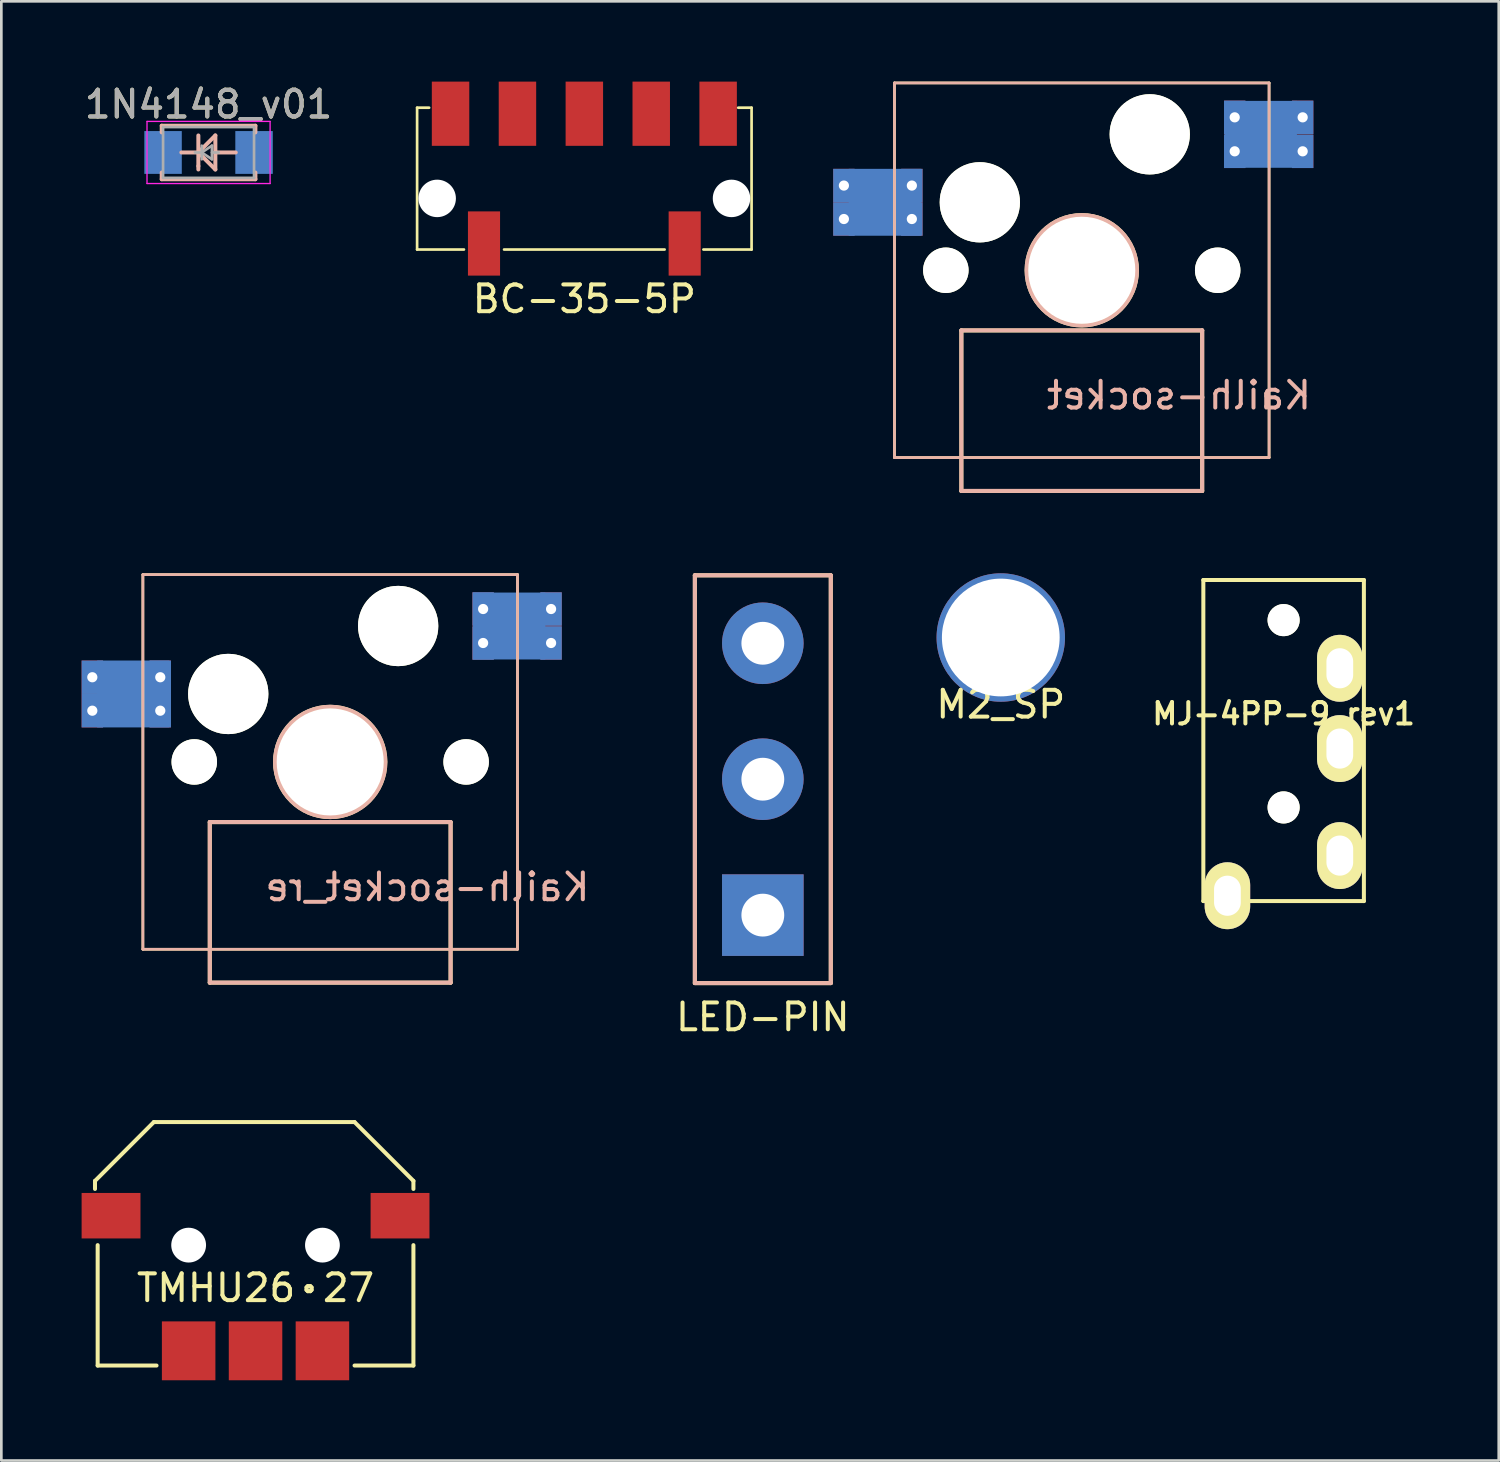
<source format=kicad_pcb>
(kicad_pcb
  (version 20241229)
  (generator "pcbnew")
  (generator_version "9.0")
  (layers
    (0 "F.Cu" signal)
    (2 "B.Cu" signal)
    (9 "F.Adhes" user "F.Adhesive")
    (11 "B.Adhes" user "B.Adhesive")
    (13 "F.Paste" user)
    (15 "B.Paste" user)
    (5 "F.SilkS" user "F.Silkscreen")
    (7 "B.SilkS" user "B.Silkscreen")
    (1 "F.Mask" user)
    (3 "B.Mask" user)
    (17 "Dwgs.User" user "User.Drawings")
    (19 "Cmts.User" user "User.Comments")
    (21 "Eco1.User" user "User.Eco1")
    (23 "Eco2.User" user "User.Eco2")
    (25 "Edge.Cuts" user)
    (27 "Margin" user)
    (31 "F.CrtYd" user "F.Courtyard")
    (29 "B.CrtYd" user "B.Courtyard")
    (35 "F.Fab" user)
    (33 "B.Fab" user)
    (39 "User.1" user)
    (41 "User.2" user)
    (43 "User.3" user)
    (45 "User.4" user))
  (footprint "M2_SP"
    (layer "F.Cu")
    (at 34.351 20.775)
    (property "Reference" "M2_SP" (at 0 2.5 0) (layer "F.SilkS") (effects (font (size 1 1) (thickness 0.15))))
    (attr through_hole)
    (fp_circle (center 0 0) (end 1.5 0.5) (stroke (width 0.15) (type solid)) (fill no) (layer "F.SilkS"))
    (fp_circle (center 0 0) (end 1.5 0.5) (stroke (width 0.15) (type solid)) (fill no) (layer "B.SilkS"))
    (pad "" thru_hole circle (at 0 0) (size 4.8 4.8) (drill 4.4) (layers "*.Cu" "*.Mask")))
  (footprint "LED-PIN"
    (layer "F.Cu")
    (at 25.458 26.07)
    (property "Reference" "LED-PIN" (at 0 8.89 0) (layer "F.SilkS") (effects (font (size 1 1) (thickness 0.15))))
    (attr through_hole)
    (fp_line (start -2.54 -7.62) (end 2.54 -7.62) (stroke (width 0.15) (type solid)) (layer "F.SilkS"))
    (fp_line (start -2.54 7.62) (end -2.54 -7.62) (stroke (width 0.15) (type solid)) (layer "F.SilkS"))
    (fp_line (start 2.54 -7.62) (end 2.54 7.62) (stroke (width 0.15) (type solid)) (layer "F.SilkS"))
    (fp_line (start 2.54 7.62) (end -2.54 7.62) (stroke (width 0.15) (type solid)) (layer "F.SilkS"))
    (fp_line (start -2.54 -7.62) (end 2.54 -7.62) (stroke (width 0.15) (type solid)) (layer "B.SilkS"))
    (fp_line (start -2.54 7.62) (end -2.54 -7.62) (stroke (width 0.15) (type solid)) (layer "B.SilkS"))
    (fp_line (start 2.54 -7.62) (end 2.54 7.62) (stroke (width 0.15) (type solid)) (layer "B.SilkS"))
    (fp_line (start 2.54 7.62) (end -2.54 7.62) (stroke (width 0.15) (type solid)) (layer "B.SilkS"))
    (pad "1" thru_hole circle (at 0 -5.08) (size 3.048 3.048) (drill 1.6) (layers "*.Cu" "*.Mask"))
    (pad "2" thru_hole circle (at 0 0) (size 3.048 3.048) (drill 1.6) (layers "*.Cu" "*.Mask"))
    (pad "3" thru_hole rect (at 0 5.08) (size 3.048 3.048) (drill 1.6) (layers "*.Cu" "*.Mask")))
  (footprint "MJ-4PP-9_rev1"
    (layer "F.Cu")
    (at 44.921 18.625)
    (property "Reference" "MJ-4PP-9_rev1" (at 0 5 0) (layer "F.SilkS") (effects (font (size 0.8 0.8) (thickness 0.15))))
    (attr through_hole)
    (fp_line (start -3 0) (end 3 0) (stroke (width 0.15) (type solid)) (layer "F.SilkS"))
    (fp_line (start -3 12) (end -3 0) (stroke (width 0.15) (type solid)) (layer "F.SilkS"))
    (fp_line (start 3 0) (end 3 12) (stroke (width 0.15) (type solid)) (layer "F.SilkS"))
    (fp_line (start 3 12) (end -3 12) (stroke (width 0.15) (type solid)) (layer "F.SilkS"))
    (pad "" np_thru_hole circle (at 0 1.5) (size 1.2 1.2) (drill 1.2) (layers "*.Cu" "*.Mask" "F.SilkS"))
    (pad "" np_thru_hole circle (at 0 8.5) (size 1.2 1.2) (drill 1.2) (layers "*.Cu" "*.Mask" "F.SilkS"))
    (pad "A" thru_hole oval (at -2.1 11.8) (size 1.7 2.5) (drill oval 1 1.5) (layers "*.Cu" "*.Mask" "F.SilkS"))
    (pad "B" thru_hole oval (at 2.1 3.3) (size 1.7 2.5) (drill oval 1 1.5) (layers "*.Cu" "*.Mask" "F.SilkS"))
    (pad "C" thru_hole oval (at 2.1 6.3) (size 1.7 2.5) (drill oval 1 1.5) (layers "*.Cu" "*.Mask" "F.SilkS"))
    (pad "D" thru_hole oval (at 2.1 10.3) (size 1.7 2.5) (drill oval 1 1.5) (layers "*.Cu" "*.Mask" "F.SilkS")))
  (footprint "Kailh-socket_re"
    (layer "F.Cu")
    (at 9.29 25.425)
    (property "Reference" "Kailh-socket_re" (at 3.632 4.676 0) (layer "B.SilkS") (effects (font (size 1 1) (thickness 0.15)) (justify mirror)))
    (attr through_hole)
    (fp_line (start -7 -7) (end 7 -7) (stroke (width 0.1) (type solid)) (layer "F.SilkS"))
    (fp_line (start -7 7) (end -7 -7) (stroke (width 0.1) (type solid)) (layer "F.SilkS"))
    (fp_line (start -4.5 2.25) (end 4.5 2.25) (stroke (width 0.15) (type solid)) (layer "F.SilkS"))
    (fp_line (start -4.5 8.25) (end -4.5 2.25) (stroke (width 0.15) (type solid)) (layer "F.SilkS"))
    (fp_line (start 4.5 2.25) (end 4.5 8.25) (stroke (width 0.15) (type solid)) (layer "F.SilkS"))
    (fp_line (start 4.5 8.25) (end -4.5 8.25) (stroke (width 0.15) (type solid)) (layer "F.SilkS"))
    (fp_line (start 7 -7) (end 7 7) (stroke (width 0.1) (type solid)) (layer "F.SilkS"))
    (fp_line (start 7 7) (end -7 7) (stroke (width 0.1) (type solid)) (layer "F.SilkS"))
    (fp_circle (center 0 0) (end 2 0.5) (stroke (width 0.15) (type solid)) (fill no) (layer "F.SilkS"))
    (fp_line (start -7 -7) (end 7 -7) (stroke (width 0.1) (type solid)) (layer "B.SilkS"))
    (fp_line (start -7 7) (end -7 -7) (stroke (width 0.1) (type solid)) (layer "B.SilkS"))
    (fp_line (start -4.5 2.246) (end -4.5 8.246) (stroke (width 0.15) (type solid)) (layer "B.SilkS"))
    (fp_line (start -4.5 8.246) (end 4.5 8.246) (stroke (width 0.15) (type solid)) (layer "B.SilkS"))
    (fp_line (start 4.5 2.246) (end -4.5 2.246) (stroke (width 0.15) (type solid)) (layer "B.SilkS"))
    (fp_line (start 4.5 8.246) (end 4.5 2.246) (stroke (width 0.15) (type solid)) (layer "B.SilkS"))
    (fp_line (start 7 -7) (end 7 7) (stroke (width 0.1) (type solid)) (layer "B.SilkS"))
    (fp_line (start 7 7) (end -7 7) (stroke (width 0.1) (type solid)) (layer "B.SilkS"))
    (fp_circle (center 0 0) (end 2 0.5) (stroke (width 0.15) (type solid)) (fill no) (layer "B.SilkS"))
    (pad "" np_thru_hole circle (at -5.08 0) (size 1.7 1.7) (drill 1.7) (layers "*.Cu" "*.Mask" "F.SilkS"))
    (pad "" np_thru_hole circle (at -3.81 -2.54) (size 3 3) (drill 3) (layers "*.Cu" "*.Mask" "F.SilkS"))
    (pad "" np_thru_hole circle (at 0 0) (size 4 4) (drill 4) (layers "*.Cu" "*.Mask" "F.SilkS"))
    (pad "" np_thru_hole circle (at 2.54 -5.08) (size 3 3) (drill 3) (layers "*.Cu" "*.Mask" "F.SilkS"))
    (pad "" np_thru_hole circle (at 5.08 0) (size 1.7 1.7) (drill 1.7) (layers "*.Cu" "*.Mask" "F.SilkS"))
    (pad "1" thru_hole rect (at 5.715 -5.715) (size 0.8 1.25) (drill 0.381) (layers "*.Cu" "*.Mask"))
    (pad "1" thru_hole rect (at 5.715 -4.445) (size 0.8 1.25) (drill 0.381) (layers "*.Cu" "*.Mask"))
    (pad "1" smd rect (at 6.59 -5.08 180) (size 2.7 2.5) (drill (offset -0.1 0)) (layers "B.Cu" "B.Mask" "B.Paste"))
    (pad "1" thru_hole rect (at 8.255 -5.715) (size 0.8 1.25) (drill 0.381) (layers "*.Cu" "*.Mask"))
    (pad "1" thru_hole rect (at 8.255 -4.445) (size 0.8 1.25) (drill 0.381) (layers "*.Cu" "*.Mask"))
    (pad "2" thru_hole rect (at -8.89 -3.165) (size 0.8 1.25) (drill 0.381) (layers "*.Cu" "*.Mask"))
    (pad "2" thru_hole rect (at -8.89 -1.915) (size 0.8 1.25) (drill 0.381) (layers "*.Cu" "*.Mask"))
    (pad "2" smd rect (at -7.36 -2.54) (size 2.7 2.5) (layers "B.Cu" "B.Mask" "B.Paste"))
    (pad "2" thru_hole rect (at -6.35 -3.165) (size 0.8 1.25) (drill 0.381) (layers "*.Cu" "*.Mask"))
    (pad "2" thru_hole rect (at -6.35 -1.915) (size 0.8 1.25) (drill 0.381) (layers "*.Cu" "*.Mask")))
  (footprint "1N4148_v01"
    (layer "F.Cu")
    (at 4.744 2.648)
    (property "Reference" "1N4148_v01" (at 0 -1.8 0) (layer "F.SilkS") (effects (font (size 1 1) (thickness 0.15))))
    (attr smd)
    (fp_line (start -1.75 -1) (end -1.75 -0.75) (stroke (width 0.15) (type solid)) (layer "B.SilkS"))
    (fp_line (start -1.75 -1) (end 1.75 -1) (stroke (width 0.15) (type solid)) (layer "B.SilkS"))
    (fp_line (start -1.75 0.75) (end -1.75 1) (stroke (width 0.15) (type solid)) (layer "B.SilkS"))
    (fp_line (start -1.75 1) (end 1.75 1) (stroke (width 0.15) (type solid)) (layer "B.SilkS"))
    (fp_line (start -0.381 -0.635) (end -0.381 0) (stroke (width 0.15) (type solid)) (layer "B.SilkS"))
    (fp_line (start -0.381 0) (end -1.016 0) (stroke (width 0.15) (type solid)) (layer "B.SilkS"))
    (fp_line (start -0.381 0) (end -0.381 0.508) (stroke (width 0.15) (type solid)) (layer "B.SilkS"))
    (fp_line (start -0.381 0) (end 0.254 0.635) (stroke (width 0.15) (type solid)) (layer "B.SilkS"))
    (fp_line (start -0.381 0.508) (end -0.381 0.635) (stroke (width 0.15) (type solid)) (layer "B.SilkS"))
    (fp_line (start 0.254 -0.635) (end -0.381 0) (stroke (width 0.15) (type solid)) (layer "B.SilkS"))
    (fp_line (start 0.254 0) (end 1.016 0) (stroke (width 0.15) (type solid)) (layer "B.SilkS"))
    (fp_line (start 0.254 0.635) (end 0.254 -0.635) (stroke (width 0.15) (type solid)) (layer "B.SilkS"))
    (fp_line (start 1.75 -1) (end 1.75 -0.75) (stroke (width 0.15) (type solid)) (layer "B.SilkS"))
    (fp_line (start 1.75 1) (end 1.75 0.75) (stroke (width 0.15) (type solid)) (layer "B.SilkS"))
    (fp_line (start -2.3 -1.16) (end -2.3 1.16) (stroke (width 0.05) (type solid)) (layer "F.CrtYd"))
    (fp_line (start -2.3 -1.16) (end 2.3 -1.16) (stroke (width 0.05) (type solid)) (layer "F.CrtYd"))
    (fp_line (start -2.3 1.16) (end 2.3 1.16) (stroke (width 0.05) (type solid)) (layer "F.CrtYd"))
    (fp_line (start 2.3 -1.16) (end 2.3 1.16) (stroke (width 0.05) (type solid)) (layer "F.CrtYd"))
    (fp_line (start -1.7 -0.95) (end 1.7 -0.95) (stroke (width 0.1) (type solid)) (layer "F.Fab"))
    (fp_line (start -1.7 0.95) (end -1.7 -0.95) (stroke (width 0.1) (type solid)) (layer "F.Fab"))
    (fp_line (start -0.254 -0.254) (end -0.254 0.254) (stroke (width 0.1) (type solid)) (layer "F.Fab"))
    (fp_line (start -0.254 0) (end -0.508 0) (stroke (width 0.1) (type solid)) (layer "F.Fab"))
    (fp_line (start -0.254 0) (end 0.127 -0.254) (stroke (width 0.1) (type solid)) (layer "F.Fab"))
    (fp_line (start 0.127 -0.254) (end 0.127 0.254) (stroke (width 0.1) (type solid)) (layer "F.Fab"))
    (fp_line (start 0.127 0) (end 0.381 0) (stroke (width 0.1) (type solid)) (layer "F.Fab"))
    (fp_line (start 0.127 0.254) (end -0.254 0) (stroke (width 0.1) (type solid)) (layer "F.Fab"))
    (fp_line (start 1.7 -0.95) (end 1.7 0.95) (stroke (width 0.1) (type solid)) (layer "F.Fab"))
    (fp_line (start 1.7 0.95) (end -1.7 0.95) (stroke (width 0.1) (type solid)) (layer "F.Fab"))
    (fp_text user "${REFERENCE}" (at 0 -1.8 0) (layer "F.Fab") (effects (font (size 1 1) (thickness 0.15))))
    (pad "1" smd rect (at -1.5 0) (size 1.4 1.6) (drill (offset -0.2 0)) (layers "B.Cu" "B.Mask" "B.Paste"))
    (pad "2" smd rect (at 1.5 0) (size 1.4 1.6) (drill (offset 0.2 0)) (layers "B.Cu" "B.Mask" "B.Paste")))
  (footprint "TMHU26・27"
    (layer "F.Cu")
    (at 6.5 43.483)
    (property "Reference" "TMHU26・27" (at 0 1.6 0) (layer "F.SilkS") (effects (font (size 1 1) (thickness 0.15))))
    (attr through_hole)
    (fp_line (start -6 -2.4) (end -3.8 -4.6) (stroke (width 0.15) (type solid)) (layer "F.SilkS"))
    (fp_line (start -6 -2.1) (end -6 -2.4) (stroke (width 0.15) (type solid)) (layer "F.SilkS"))
    (fp_line (start -5.9 0) (end -5.9 4.5) (stroke (width 0.15) (type solid)) (layer "F.SilkS"))
    (fp_line (start -5.9 4.5) (end -3.7 4.5) (stroke (width 0.15) (type solid)) (layer "F.SilkS"))
    (fp_line (start 3.7 -4.6) (end -3.8 -4.6) (stroke (width 0.15) (type solid)) (layer "F.SilkS"))
    (fp_line (start 3.7 4.5) (end 5.9 4.5) (stroke (width 0.15) (type solid)) (layer "F.SilkS"))
    (fp_line (start 5.9 -2.4) (end 3.7 -4.6) (stroke (width 0.15) (type solid)) (layer "F.SilkS"))
    (fp_line (start 5.9 -2.1) (end 5.9 -2.4) (stroke (width 0.15) (type solid)) (layer "F.SilkS"))
    (fp_line (start 5.9 4.5) (end 5.9 0) (stroke (width 0.15) (type solid)) (layer "F.SilkS"))
    (pad "" np_thru_hole circle (at -2.5 0) (size 1.3 1.3) (drill 1.3) (layers "*.Cu" "*.Mask"))
    (pad "" np_thru_hole circle (at 2.5 0) (size 1.3 1.3) (drill 1.3) (layers "*.Cu" "*.Mask"))
    (pad "1" smd rect (at -2.5 3.75) (size 2 2.2) (drill (offset 0 0.2)) (layers "F.Cu" "F.Mask" "F.Paste"))
    (pad "2" smd rect (at 2.5 3.75) (size 2 2.2) (drill (offset 0 0.2)) (layers "F.Cu" "F.Mask" "F.Paste"))
    (pad "C" smd rect (at 5.2 -1.1) (size 2.2 1.7) (drill (offset 0.2 0)) (layers "F.Cu" "F.Mask" "F.Paste"))
    (pad "E" smd rect (at -5.2 -1.1) (size 2.2 1.7) (drill (offset -0.2 0)) (layers "F.Cu" "F.Mask" "F.Paste"))
    (pad "T" smd rect (at 0 3.75) (size 2 2.2) (drill (offset 0 0.2)) (layers "F.Cu" "F.Mask" "F.Paste")))
  (footprint "Kailh-socket"
    (layer "F.Cu")
    (at 37.378 7.05)
    (property "Reference" "Kailh-socket" (at 3.632 4.676 0) (layer "B.SilkS") (effects (font (size 1 1) (thickness 0.15)) (justify mirror)))
    (attr through_hole)
    (fp_line (start -7 -7) (end 7 -7) (stroke (width 0.1) (type solid)) (layer "F.SilkS"))
    (fp_line (start -7 7) (end -7 -7) (stroke (width 0.1) (type solid)) (layer "F.SilkS"))
    (fp_line (start -4.5 2.25) (end 4.5 2.25) (stroke (width 0.15) (type solid)) (layer "F.SilkS"))
    (fp_line (start -4.5 8.25) (end -4.5 2.25) (stroke (width 0.15) (type solid)) (layer "F.SilkS"))
    (fp_line (start 4.5 2.25) (end 4.5 8.25) (stroke (width 0.15) (type solid)) (layer "F.SilkS"))
    (fp_line (start 4.5 8.25) (end -4.5 8.25) (stroke (width 0.15) (type solid)) (layer "F.SilkS"))
    (fp_line (start 7 -7) (end 7 7) (stroke (width 0.1) (type solid)) (layer "F.SilkS"))
    (fp_line (start 7 7) (end -7 7) (stroke (width 0.1) (type solid)) (layer "F.SilkS"))
    (fp_circle (center 0 0) (end 2 0.5) (stroke (width 0.15) (type solid)) (fill no) (layer "F.SilkS"))
    (fp_line (start -7 -7) (end 7 -7) (stroke (width 0.1) (type solid)) (layer "B.SilkS"))
    (fp_line (start -7 7) (end -7 -7) (stroke (width 0.1) (type solid)) (layer "B.SilkS"))
    (fp_line (start -4.5 2.246) (end -4.5 8.246) (stroke (width 0.15) (type solid)) (layer "B.SilkS"))
    (fp_line (start -4.5 8.246) (end 4.5 8.246) (stroke (width 0.15) (type solid)) (layer "B.SilkS"))
    (fp_line (start 4.5 2.246) (end -4.5 2.246) (stroke (width 0.15) (type solid)) (layer "B.SilkS"))
    (fp_line (start 4.5 8.246) (end 4.5 2.246) (stroke (width 0.15) (type solid)) (layer "B.SilkS"))
    (fp_line (start 7 -7) (end 7 7) (stroke (width 0.1) (type solid)) (layer "B.SilkS"))
    (fp_line (start 7 7) (end -7 7) (stroke (width 0.1) (type solid)) (layer "B.SilkS"))
    (fp_circle (center 0 0) (end 2 0.5) (stroke (width 0.15) (type solid)) (fill no) (layer "B.SilkS"))
    (pad "" np_thru_hole circle (at -5.08 0) (size 1.7 1.7) (drill 1.7) (layers "*.Cu" "*.Mask" "F.SilkS"))
    (pad "" np_thru_hole circle (at -3.81 -2.54) (size 3 3) (drill 3) (layers "*.Cu" "*.Mask" "F.SilkS"))
    (pad "" np_thru_hole circle (at 0 0) (size 4 4) (drill 4) (layers "*.Cu" "*.Mask" "F.SilkS"))
    (pad "" np_thru_hole circle (at 2.54 -5.08) (size 3 3) (drill 3) (layers "*.Cu" "*.Mask" "F.SilkS"))
    (pad "" np_thru_hole circle (at 5.08 0) (size 1.7 1.7) (drill 1.7) (layers "*.Cu" "*.Mask" "F.SilkS"))
    (pad "1" thru_hole rect (at -8.89 -3.165) (size 0.8 1.25) (drill 0.381) (layers "*.Cu" "*.Mask"))
    (pad "1" thru_hole rect (at -8.89 -1.915) (size 0.8 1.25) (drill 0.381) (layers "*.Cu" "*.Mask"))
    (pad "1" smd rect (at -7.36 -2.54) (size 2.7 2.5) (layers "B.Cu" "B.Mask" "B.Paste"))
    (pad "1" thru_hole rect (at -6.35 -3.165) (size 0.8 1.25) (drill 0.381) (layers "*.Cu" "*.Mask"))
    (pad "1" thru_hole rect (at -6.35 -1.915) (size 0.8 1.25) (drill 0.381) (layers "*.Cu" "*.Mask"))
    (pad "2" thru_hole rect (at 5.715 -5.715) (size 0.8 1.25) (drill 0.381) (layers "*.Cu" "*.Mask"))
    (pad "2" thru_hole rect (at 5.715 -4.445) (size 0.8 1.25) (drill 0.381) (layers "*.Cu" "*.Mask"))
    (pad "2" smd rect (at 6.59 -5.08 180) (size 2.7 2.5) (drill (offset -0.1 0)) (layers "B.Cu" "B.Mask" "B.Paste"))
    (pad "2" thru_hole rect (at 8.255 -5.715) (size 0.8 1.25) (drill 0.381) (layers "*.Cu" "*.Mask"))
    (pad "2" thru_hole rect (at 8.255 -4.445) (size 0.8 1.25) (drill 0.381) (layers "*.Cu" "*.Mask")))
  (footprint "BC-35-5P"
    (layer "F.Cu")
    (at 18.788 3.625)
    (property "Reference" "BC-35-5P" (at 0 4.5 0) (layer "F.SilkS") (effects (font (size 1 1) (thickness 0.15))))
    (attr through_hole)
    (fp_line (start -6.25 -2.65) (end -5.8 -2.65) (stroke (width 0.1) (type solid)) (layer "F.SilkS"))
    (fp_line (start -6.25 2.65) (end -6.25 -2.65) (stroke (width 0.1) (type solid)) (layer "F.SilkS"))
    (fp_line (start -6.25 2.65) (end -4.5 2.65) (stroke (width 0.1) (type solid)) (layer "F.SilkS"))
    (fp_line (start -3 2.65) (end 3 2.65) (stroke (width 0.1) (type solid)) (layer "F.SilkS"))
    (fp_line (start 6.25 -2.65) (end 5.75 -2.65) (stroke (width 0.1) (type solid)) (layer "F.SilkS"))
    (fp_line (start 6.25 -2.65) (end 6.25 2.65) (stroke (width 0.1) (type solid)) (layer "F.SilkS"))
    (fp_line (start 6.25 2.65) (end 4.45 2.65) (stroke (width 0.1) (type solid)) (layer "F.SilkS"))
    (pad "" np_thru_hole circle (at -5.5 0.74) (size 1.4 1.4) (drill 1.4) (layers "*.Cu" "*.Mask"))
    (pad "" smd rect (at -3.75 2.225) (size 1.2 2.4) (drill (offset 0 0.2)) (layers "F.Cu" "F.Mask" "F.Paste"))
    (pad "" smd rect (at 3.75 2.225) (size 1.2 2.4) (drill (offset 0 0.2)) (layers "F.Cu" "F.Mask" "F.Paste"))
    (pad "" np_thru_hole circle (at 5.5 0.74) (size 1.4 1.4) (drill 1.4) (layers "*.Cu" "*.Mask"))
    (pad "1" smd rect (at -5 -2.225) (size 1.4 2.4) (drill (offset 0 -0.2)) (layers "F.Cu" "F.Mask" "F.Paste"))
    (pad "2" smd rect (at -2.5 -2.225) (size 1.4 2.4) (drill (offset 0 -0.2)) (layers "F.Cu" "F.Mask" "F.Paste"))
    (pad "3" smd rect (at 0 -2.225) (size 1.4 2.4) (drill (offset 0 -0.2)) (layers "F.Cu" "F.Mask" "F.Paste"))
    (pad "4" smd rect (at 2.5 -2.225) (size 1.4 2.4) (drill (offset 0 -0.2)) (layers "F.Cu" "F.Mask" "F.Paste"))
    (pad "5" smd rect (at 5 -2.225) (size 1.4 2.4) (drill (offset 0 -0.2)) (layers "F.Cu" "F.Mask" "F.Paste")))
  (gr_rect
    (start -3 -3)
    (end 52.961 51.533)
    (stroke (width 0.1) (type default))
    (fill no)
    (layer "Edge.Cuts")))
</source>
